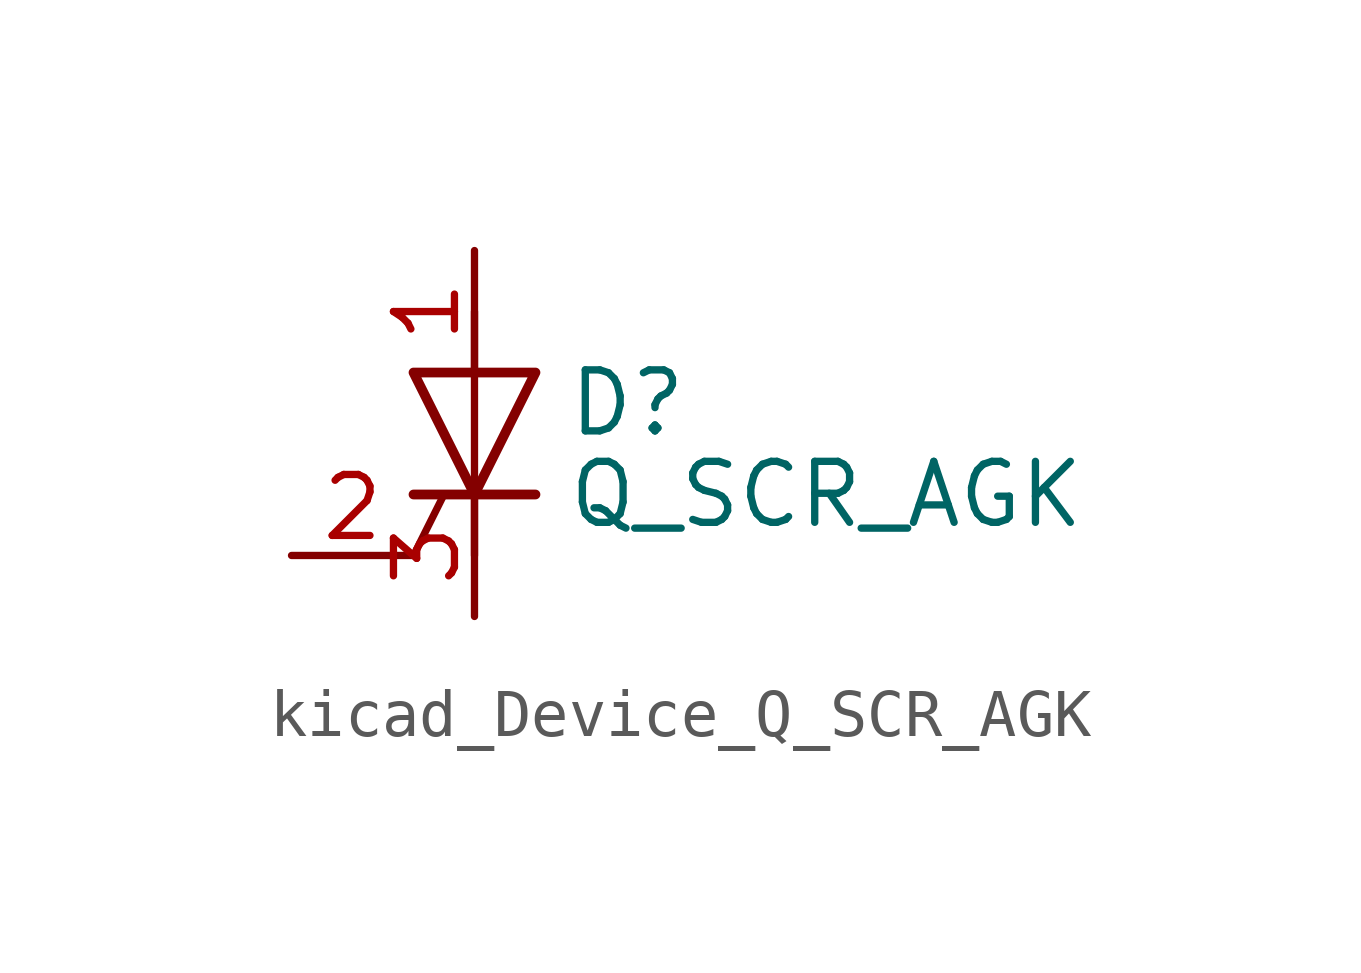
<source format=kicad_sym>
(kicad_symbol_lib
  (version 20220914)
  (generator kicad_symbol_editor)
  (symbol "kicad_Device_Q_SCR_AGK"
    (pin_names
      (offset 0) hide)
    (property "Reference" "D"
      (at 1.905 0.635 0)
      (effects (font (size 1.27 1.27)) (justify left)))
    (property "Value" "Q_SCR_AGK"
      (at 1.905 -1.27 0)
      (effects (font (size 1.27 1.27)) (justify left)))
    (symbol "kicad_Device_Q_SCR_AGK_0_1"
      (polyline (pts (xy -1.27 -2.54) (xy -0.635 -1.27)) (stroke (width 0) (type default)) (fill (type none)))
      (polyline (pts (xy -1.27 -1.27) (xy 1.27 -1.27)) (stroke (width 0.203) (type default)) (fill (type none)))
      (polyline (pts (xy 0 -2.54) (xy 0 2.54)) (stroke (width 0) (type default)) (fill (type none)))
      (polyline (pts (xy -1.27 1.27) (xy 1.27 1.27) (xy 0 -1.27) (xy -1.27 1.27)) (stroke (width 0.203) (type default)) (fill (type none))))
    (symbol "kicad_Device_Q_SCR_AGK_1_1"
      (pin passive line (at 0 3.81 270) (length 2.54) (name "A" (effects (font (size 1.27 1.27)))) (number "1" (effects (font (size 1.27 1.27)))))
      (pin input line (at -3.81 -2.54 0) (length 2.54) (name "G" (effects (font (size 1.27 1.27)))) (number "2" (effects (font (size 1.27 1.27)))))
      (pin passive line (at 0 -3.81 90) (length 2.54) (name "K" (effects (font (size 1.27 1.27)))) (number "3" (effects (font (size 1.27 1.27))))))))
</source>
